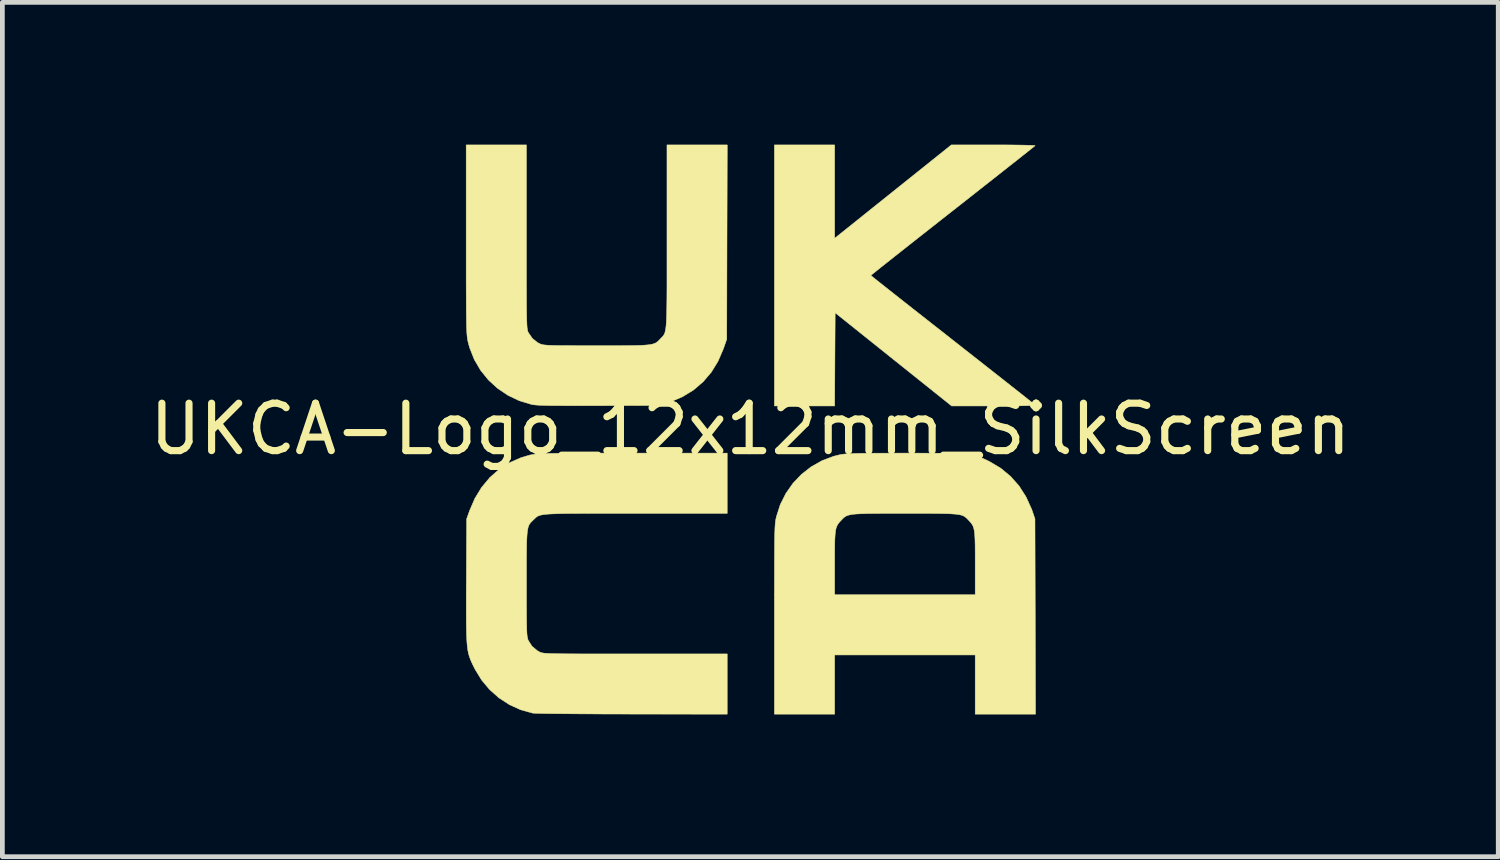
<source format=kicad_pcb>
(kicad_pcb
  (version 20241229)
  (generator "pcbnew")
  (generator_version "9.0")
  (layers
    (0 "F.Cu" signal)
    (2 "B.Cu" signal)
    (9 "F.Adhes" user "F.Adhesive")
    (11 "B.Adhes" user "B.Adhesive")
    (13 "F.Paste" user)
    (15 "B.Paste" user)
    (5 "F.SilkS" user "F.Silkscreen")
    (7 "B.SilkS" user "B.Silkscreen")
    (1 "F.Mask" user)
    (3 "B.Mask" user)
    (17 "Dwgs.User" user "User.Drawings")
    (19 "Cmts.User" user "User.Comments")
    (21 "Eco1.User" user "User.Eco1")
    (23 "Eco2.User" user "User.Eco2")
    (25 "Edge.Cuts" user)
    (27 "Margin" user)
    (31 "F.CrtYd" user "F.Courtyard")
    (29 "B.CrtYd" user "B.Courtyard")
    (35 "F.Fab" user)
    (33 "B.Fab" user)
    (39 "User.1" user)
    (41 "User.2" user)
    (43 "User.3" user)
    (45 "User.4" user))
  (footprint "UKCA-Logo_12x12mm_SilkScreen"
    (layer "F.Cu")
    (at 12.768 5.995)
    (property "Reference" "UKCA-Logo_12x12mm_SilkScreen" (at 0 0 0) (layer "F.SilkS") (effects (font (size 1 1) (thickness 0.15))))
    (attr exclude_from_pos_files exclude_from_bom allow_missing_courtyard)
    (fp_poly (pts (xy 1.778 -4.021) (xy 3.008 -5.006) (xy 4.238 -5.99) (xy 5.126 -5.99) (xy 5.315 -5.99) (xy 5.49 -5.989) (xy 5.646 -5.987) (xy 5.779 -5.985) (xy 5.885 -5.982) (xy 5.96 -5.979) (xy 5.999 -5.976) (xy 6.004 -5.974) (xy 5.986 -5.959) (xy 5.938 -5.92) (xy 5.86 -5.858) (xy 5.755 -5.775) (xy 5.627 -5.673) (xy 5.475 -5.554) (xy 5.304 -5.419) (xy 5.115 -5.27) (xy 4.91 -5.109) (xy 4.692 -4.937) (xy 4.463 -4.757) (xy 4.268 -4.604) (xy 4.031 -4.418) (xy 3.804 -4.239) (xy 3.589 -4.07) (xy 3.387 -3.911) (xy 3.202 -3.765) (xy 3.035 -3.633) (xy 2.889 -3.517) (xy 2.765 -3.419) (xy 2.667 -3.34) (xy 2.595 -3.283) (xy 2.553 -3.248) (xy 2.542 -3.239) (xy 2.558 -3.224) (xy 2.606 -3.186) (xy 2.682 -3.124) (xy 2.786 -3.042) (xy 2.913 -2.941) (xy 3.063 -2.823) (xy 3.234 -2.688) (xy 3.422 -2.54) (xy 3.626 -2.38) (xy 3.843 -2.209) (xy 4.072 -2.03) (xy 4.257 -1.884) (xy 4.494 -1.698) (xy 4.721 -1.52) (xy 4.937 -1.35) (xy 5.139 -1.191) (xy 5.325 -1.045) (xy 5.493 -0.912) (xy 5.641 -0.796) (xy 5.766 -0.697) (xy 5.866 -0.617) (xy 5.939 -0.559) (xy 5.982 -0.524) (xy 5.994 -0.513) (xy 5.992 -0.507) (xy 5.972 -0.501) (xy 5.93 -0.497) (xy 5.863 -0.493) (xy 5.768 -0.491) (xy 5.643 -0.489) (xy 5.484 -0.488) (xy 5.287 -0.487) (xy 5.13 -0.487) (xy 4.244 -0.487) (xy 3.016 -1.469) (xy 1.789 -2.451) (xy 1.783 -1.469) (xy 1.778 -0.487) (xy 0.508 -0.487) (xy 0.508 -5.99) (xy 1.778 -5.99) (xy 1.778 -4.021)) (stroke (width 0.01) (type solid)) (fill yes) (layer "F.SilkS"))
    (fp_poly (pts (xy -4.72 -4.053) (xy -4.72 -3.722) (xy -4.72 -3.432) (xy -4.72 -3.179) (xy -4.719 -2.959) (xy -4.719 -2.772) (xy -4.718 -2.613) (xy -4.717 -2.481) (xy -4.715 -2.373) (xy -4.713 -2.285) (xy -4.71 -2.216) (xy -4.707 -2.162) (xy -4.703 -2.122) (xy -4.698 -2.091) (xy -4.693 -2.068) (xy -4.687 -2.051) (xy -4.679 -2.035) (xy -4.676 -2.028) (xy -4.595 -1.911) (xy -4.486 -1.824) (xy -4.434 -1.797) (xy -4.413 -1.788) (xy -4.389 -1.781) (xy -4.356 -1.775) (xy -4.313 -1.77) (xy -4.255 -1.766) (xy -4.179 -1.763) (xy -4.081 -1.761) (xy -3.957 -1.759) (xy -3.804 -1.759) (xy -3.618 -1.758) (xy -3.396 -1.758) (xy -3.239 -1.758) (xy -2.983 -1.758) (xy -2.766 -1.758) (xy -2.584 -1.759) (xy -2.433 -1.761) (xy -2.311 -1.764) (xy -2.213 -1.77) (xy -2.135 -1.777) (xy -2.075 -1.787) (xy -2.028 -1.801) (xy -1.991 -1.817) (xy -1.961 -1.838) (xy -1.933 -1.863) (xy -1.905 -1.892) (xy -1.89 -1.908) (xy -1.868 -1.931) (xy -1.848 -1.951) (xy -1.831 -1.972) (xy -1.816 -1.996) (xy -1.803 -2.025) (xy -1.793 -2.063) (xy -1.784 -2.111) (xy -1.776 -2.173) (xy -1.77 -2.251) (xy -1.766 -2.349) (xy -1.762 -2.467) (xy -1.76 -2.61) (xy -1.758 -2.78) (xy -1.757 -2.979) (xy -1.757 -3.211) (xy -1.757 -3.477) (xy -1.757 -3.78) (xy -1.757 -4.063) (xy -1.757 -5.99) (xy -0.486 -5.99) (xy -0.492 -3.942) (xy -0.497 -1.894) (xy -0.567 -1.693) (xy -0.679 -1.432) (xy -0.821 -1.2) (xy -0.994 -0.997) (xy -1.196 -0.824) (xy -1.429 -0.681) (xy -1.69 -0.569) (xy -1.694 -0.567) (xy -1.894 -0.497) (xy -3.186 -0.493) (xy -3.465 -0.493) (xy -3.705 -0.492) (xy -3.908 -0.493) (xy -4.08 -0.494) (xy -4.221 -0.495) (xy -4.336 -0.498) (xy -4.428 -0.501) (xy -4.5 -0.505) (xy -4.556 -0.51) (xy -4.597 -0.516) (xy -4.612 -0.519) (xy -4.871 -0.597) (xy -5.11 -0.711) (xy -5.328 -0.858) (xy -5.521 -1.034) (xy -5.686 -1.238) (xy -5.819 -1.465) (xy -5.917 -1.713) (xy -5.948 -1.826) (xy -5.955 -1.857) (xy -5.961 -1.889) (xy -5.967 -1.924) (xy -5.971 -1.966) (xy -5.975 -2.017) (xy -5.979 -2.08) (xy -5.982 -2.157) (xy -5.984 -2.252) (xy -5.986 -2.368) (xy -5.987 -2.506) (xy -5.988 -2.67) (xy -5.989 -2.862) (xy -5.99 -3.085) (xy -5.99 -3.342) (xy -5.99 -3.636) (xy -5.99 -3.97) (xy -5.99 -3.995) (xy -5.99 -5.99) (xy -4.72 -5.99) (xy -4.72 -4.053)) (stroke (width 0.01) (type solid)) (fill yes) (layer "F.SilkS"))
    (fp_poly (pts (xy 3.554 0.508) (xy 3.795 0.509) (xy 4 0.51) (xy 4.175 0.513) (xy 4.323 0.517) (xy 4.447 0.523) (xy 4.552 0.532) (xy 4.64 0.543) (xy 4.717 0.557) (xy 4.785 0.575) (xy 4.849 0.597) (xy 4.911 0.623) (xy 4.977 0.653) (xy 5.048 0.688) (xy 5.282 0.828) (xy 5.488 0.999) (xy 5.666 1.2) (xy 5.813 1.43) (xy 5.93 1.687) (xy 5.951 1.746) (xy 6.001 1.894) (xy 6.007 3.953) (xy 6.013 6.011) (xy 4.741 6.011) (xy 4.741 4.763) (xy 1.778 4.763) (xy 1.778 6.011) (xy 0.508 6.011) (xy 0.508 4.016) (xy 0.508 3.68) (xy 0.508 3.383) (xy 0.509 3.124) (xy 0.509 2.898) (xy 0.509 2.814) (xy 1.778 2.814) (xy 1.778 3.493) (xy 4.741 3.493) (xy 4.741 2.825) (xy 4.741 2.626) (xy 4.74 2.464) (xy 4.737 2.335) (xy 4.732 2.233) (xy 4.724 2.154) (xy 4.711 2.093) (xy 4.695 2.045) (xy 4.673 2.006) (xy 4.645 1.969) (xy 4.61 1.931) (xy 4.608 1.929) (xy 4.578 1.897) (xy 4.55 1.87) (xy 4.521 1.848) (xy 4.488 1.829) (xy 4.446 1.814) (xy 4.393 1.803) (xy 4.324 1.794) (xy 4.236 1.788) (xy 4.125 1.783) (xy 3.988 1.781) (xy 3.821 1.779) (xy 3.62 1.779) (xy 3.383 1.779) (xy 3.26 1.779) (xy 3.004 1.779) (xy 2.787 1.779) (xy 2.605 1.78) (xy 2.454 1.782) (xy 2.332 1.786) (xy 2.234 1.791) (xy 2.156 1.798) (xy 2.096 1.809) (xy 2.049 1.822) (xy 2.012 1.839) (xy 1.982 1.859) (xy 1.954 1.884) (xy 1.926 1.914) (xy 1.911 1.929) (xy 1.876 1.967) (xy 1.848 2.004) (xy 1.826 2.043) (xy 1.809 2.09) (xy 1.796 2.151) (xy 1.788 2.228) (xy 1.782 2.329) (xy 1.779 2.457) (xy 1.778 2.617) (xy 1.778 2.814) (xy 0.509 2.814) (xy 0.51 2.704) (xy 0.511 2.538) (xy 0.512 2.398) (xy 0.514 2.281) (xy 0.516 2.185) (xy 0.519 2.106) (xy 0.522 2.042) (xy 0.526 1.99) (xy 0.531 1.948) (xy 0.536 1.912) (xy 0.543 1.88) (xy 0.55 1.85) (xy 0.55 1.847) (xy 0.632 1.592) (xy 0.75 1.357) (xy 0.9 1.143) (xy 1.079 0.955) (xy 1.284 0.795) (xy 1.511 0.667) (xy 1.757 0.574) (xy 1.89 0.541) (xy 1.93 0.534) (xy 1.979 0.528) (xy 2.038 0.523) (xy 2.113 0.519) (xy 2.205 0.515) (xy 2.32 0.513) (xy 2.46 0.511) (xy 2.629 0.509) (xy 2.831 0.509) (xy 3.068 0.508) (xy 3.275 0.508) (xy 3.554 0.508)) (stroke (width 0.01) (type solid)) (fill yes) (layer "F.SilkS"))
    (fp_poly (pts (xy -0.487 1.778) (xy -2.414 1.778) (xy -2.751 1.778) (xy -3.048 1.778) (xy -3.308 1.778) (xy -3.534 1.779) (xy -3.728 1.78) (xy -3.893 1.781) (xy -4.031 1.784) (xy -4.146 1.788) (xy -4.24 1.792) (xy -4.315 1.798) (xy -4.375 1.806) (xy -4.421 1.815) (xy -4.458 1.827) (xy -4.486 1.84) (xy -4.509 1.855) (xy -4.529 1.873) (xy -4.55 1.893) (xy -4.569 1.911) (xy -4.601 1.942) (xy -4.628 1.969) (xy -4.651 1.998) (xy -4.669 2.031) (xy -4.684 2.073) (xy -4.695 2.127) (xy -4.704 2.196) (xy -4.71 2.284) (xy -4.715 2.395) (xy -4.717 2.532) (xy -4.719 2.699) (xy -4.719 2.899) (xy -4.719 3.137) (xy -4.719 3.26) (xy -4.719 3.506) (xy -4.719 3.713) (xy -4.718 3.886) (xy -4.717 4.027) (xy -4.715 4.14) (xy -4.713 4.229) (xy -4.71 4.298) (xy -4.706 4.35) (xy -4.7 4.389) (xy -4.694 4.419) (xy -4.686 4.443) (xy -4.678 4.461) (xy -4.603 4.578) (xy -4.493 4.671) (xy -4.441 4.701) (xy -4.426 4.708) (xy -4.408 4.714) (xy -4.385 4.719) (xy -4.354 4.724) (xy -4.313 4.728) (xy -4.258 4.731) (xy -4.186 4.734) (xy -4.096 4.736) (xy -3.985 4.738) (xy -3.85 4.739) (xy -3.688 4.74) (xy -3.497 4.741) (xy -3.273 4.741) (xy -3.015 4.741) (xy -2.72 4.741) (xy -2.424 4.741) (xy -0.487 4.741) (xy -0.487 6.011) (xy -2.492 6.009) (xy -2.782 6.008) (xy -3.061 6.008) (xy -3.327 6.006) (xy -3.576 6.005) (xy -3.805 6.003) (xy -4.011 6.001) (xy -4.19 5.999) (xy -4.341 5.997) (xy -4.459 5.994) (xy -4.542 5.992) (xy -4.587 5.989) (xy -4.592 5.988) (xy -4.843 5.918) (xy -5.08 5.81) (xy -5.3 5.667) (xy -5.496 5.493) (xy -5.665 5.291) (xy -5.803 5.065) (xy -5.812 5.048) (xy -5.847 4.977) (xy -5.877 4.914) (xy -5.902 4.854) (xy -5.924 4.794) (xy -5.942 4.73) (xy -5.956 4.659) (xy -5.967 4.577) (xy -5.975 4.48) (xy -5.981 4.365) (xy -5.985 4.228) (xy -5.987 4.066) (xy -5.988 3.875) (xy -5.988 3.65) (xy -5.987 3.39) (xy -5.986 3.204) (xy -5.98 1.894) (xy -5.92 1.725) (xy -5.807 1.463) (xy -5.664 1.229) (xy -5.492 1.023) (xy -5.295 0.849) (xy -5.073 0.708) (xy -4.828 0.601) (xy -4.657 0.551) (xy -4.625 0.544) (xy -4.593 0.538) (xy -4.559 0.532) (xy -4.518 0.527) (xy -4.469 0.523) (xy -4.408 0.52) (xy -4.333 0.517) (xy -4.242 0.514) (xy -4.13 0.513) (xy -3.997 0.511) (xy -3.838 0.51) (xy -3.652 0.509) (xy -3.434 0.509) (xy -3.184 0.508) (xy -2.897 0.508) (xy -2.572 0.508) (xy -2.482 0.508) (xy -0.487 0.508) (xy -0.487 1.778)) (stroke (width 0.01) (type solid)) (fill yes) (layer "F.SilkS")))
  (gr_rect
    (start -3 -3)
    (end 28.536 15.011)
    (stroke (width 0.1) (type default))
    (fill no)
    (layer "Edge.Cuts")))
</source>
